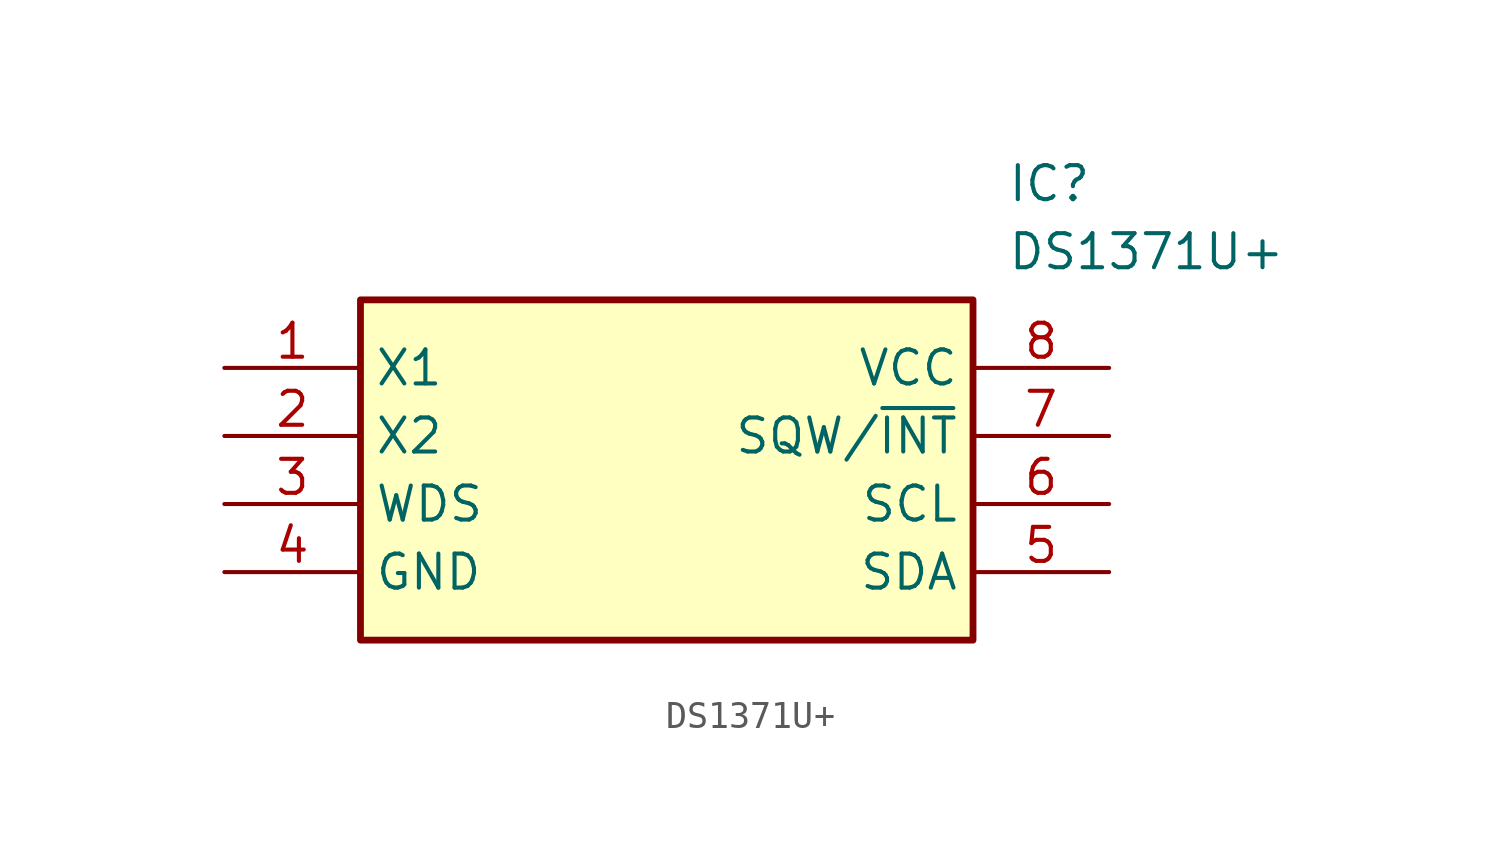
<source format=kicad_sym>
(kicad_symbol_lib
  (version 20211014)
  (generator SamacSys_ECAD_Model)
  (symbol "DS1371U+"
    (property "Reference" "IC"
      (at 29.21 7.62 0)
      (effects (font (size 1.27 1.27)) (justify left top)))
    (property "Value" "DS1371U+"
      (at 29.21 5.08 0)
      (effects (font (size 1.27 1.27)) (justify left top)))
    (rectangle
      (start 5.08 2.54)
      (end 27.94 -10.16)
      (stroke (width 0.254) (type default))
      (fill (type background)))
    (pin passive line
      (at 0 0 0)
      (length 5.08)
      (name "X1" (effects (font (size 1.27 1.27))))
      (number "1" (effects (font (size 1.27 1.27)))))
    (pin passive line
      (at 0 -2.54 0)
      (length 5.08)
      (name "X2" (effects (font (size 1.27 1.27))))
      (number "2" (effects (font (size 1.27 1.27)))))
    (pin passive line
      (at 0 -5.08 0)
      (length 5.08)
      (name "WDS" (effects (font (size 1.27 1.27))))
      (number "3" (effects (font (size 1.27 1.27)))))
    (pin passive line
      (at 0 -7.62 0)
      (length 5.08)
      (name "GND" (effects (font (size 1.27 1.27))))
      (number "4" (effects (font (size 1.27 1.27)))))
    (pin passive line
      (at 33.02 0 180)
      (length 5.08)
      (name "VCC" (effects (font (size 1.27 1.27))))
      (number "8" (effects (font (size 1.27 1.27)))))
    (pin passive line
      (at 33.02 -2.54 180)
      (length 5.08)
      (name "SQW/~{INT}" (effects (font (size 1.27 1.27))))
      (number "7" (effects (font (size 1.27 1.27)))))
    (pin passive line
      (at 33.02 -5.08 180)
      (length 5.08)
      (name "SCL" (effects (font (size 1.27 1.27))))
      (number "6" (effects (font (size 1.27 1.27)))))
    (pin passive line
      (at 33.02 -7.62 180)
      (length 5.08)
      (name "SDA" (effects (font (size 1.27 1.27))))
      (number "5" (effects (font (size 1.27 1.27)))))))
</source>
